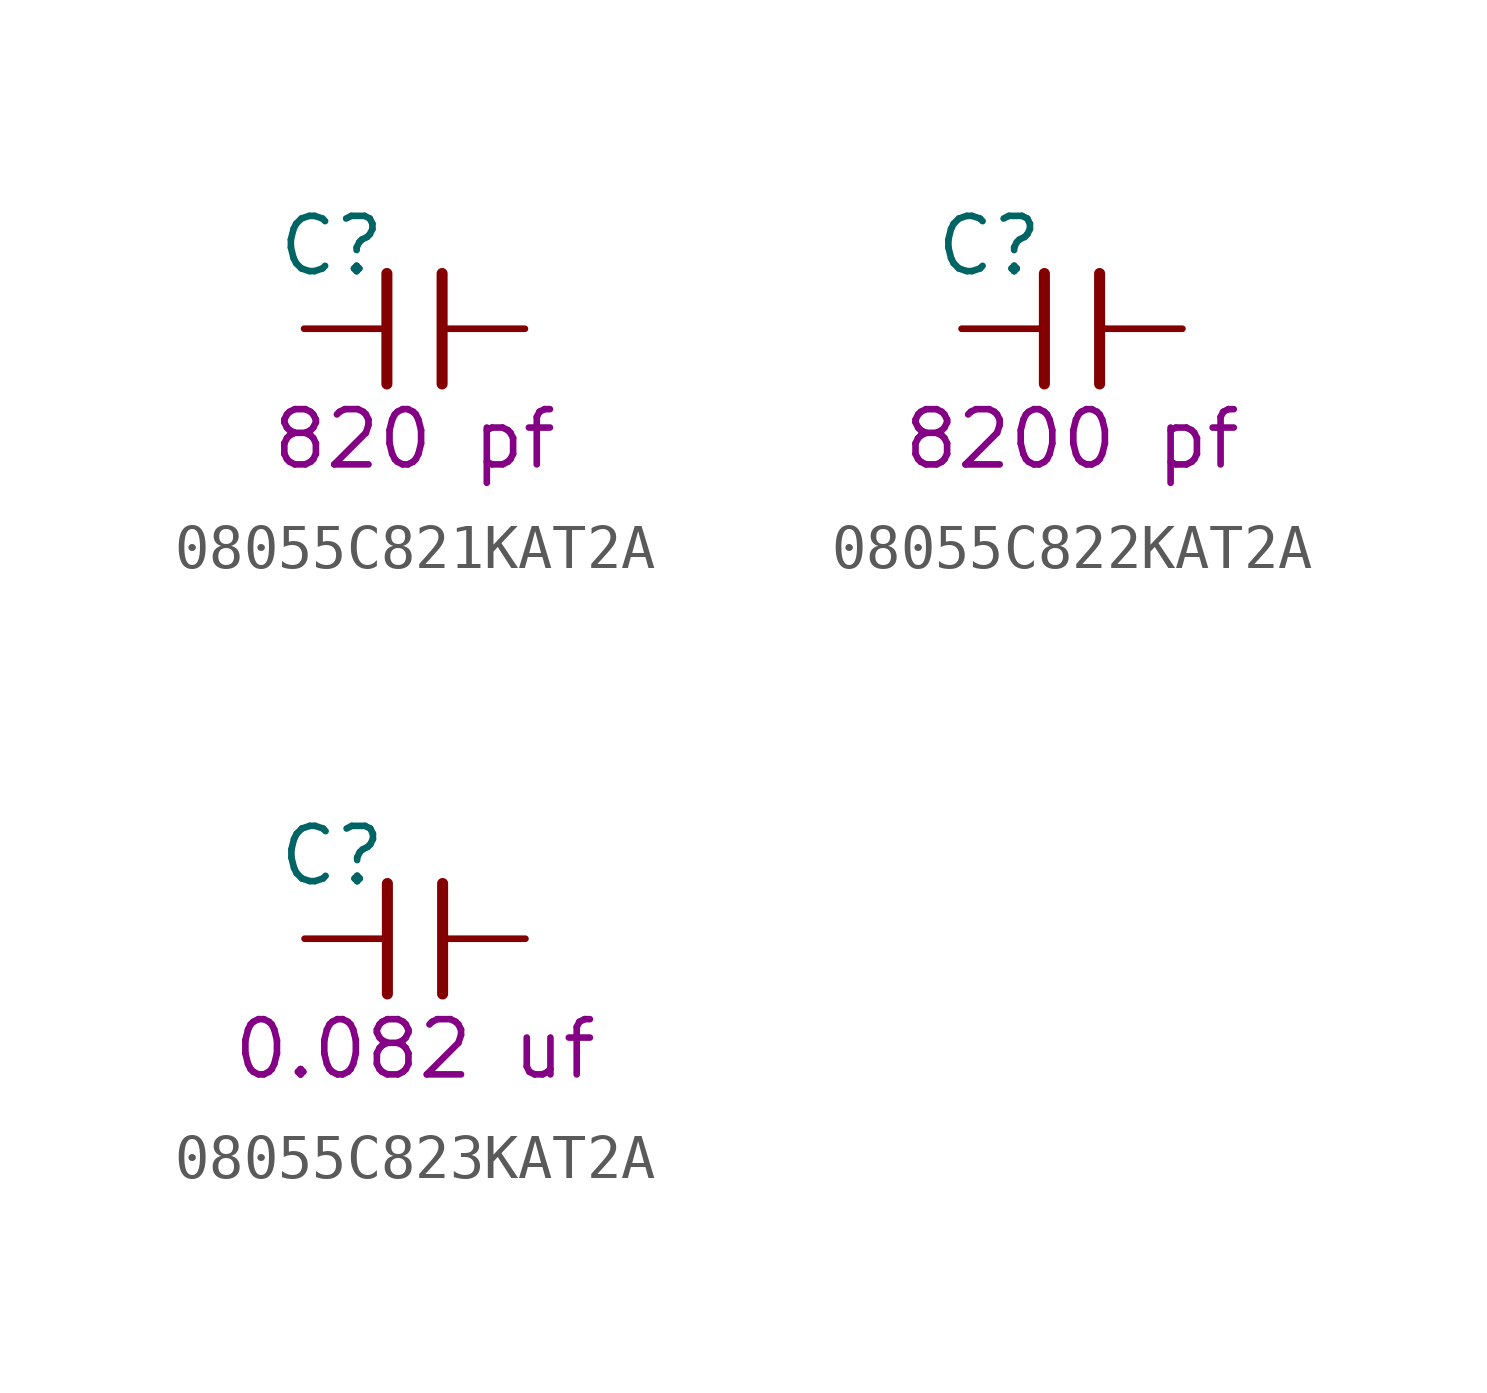
<source format=kicad_sym>
(kicad_symbol_lib
  (version 20211014)
  (generator KiCadLib_py)
  (symbol "08055C821KAT2A"
    (pin_numbers hide)
    (pin_names hide)
    (property "Reference" "C"
      (at -1.905 1.905 0)
      (effects (font (size 1.27 1.27))))
    (property "Val" "820 pf"
      (at 0 -2.54 0)
      (effects (font (size 1.27 1.27))))
    (symbol "08055C821KAT2A_0_1"
      (polyline (pts (xy -0.635 -1.27) (xy -0.635 1.27)) (stroke (width 0.254) (type default) (color 0 0 0 0)) (fill (type none)))
      (polyline (pts (xy 0.635 1.27) (xy 0.635 -1.27)) (stroke (width 0.254) (type default) (color 0 0 0 0)) (fill (type none))))
    (symbol "08055C821KAT2A_1_1"
      (pin passive line (at -2.54 0 0) (length 1.905) (name "~" (effects (font (size 1.27 1.27)))) (number "1" (effects (font (size 1.27 1.27)))))
      (pin passive line (at 2.54 0 180) (length 1.905) (name "~" (effects (font (size 1.27 1.27)))) (number "2" (effects (font (size 1.27 1.27)))))))
  (symbol "08055C822KAT2A"
    (pin_numbers hide)
    (pin_names hide)
    (property "Reference" "C"
      (at -1.905 1.905 0)
      (effects (font (size 1.27 1.27))))
    (property "Val" "8200 pf"
      (at 0 -2.54 0)
      (effects (font (size 1.27 1.27))))
    (symbol "08055C822KAT2A_0_1"
      (polyline (pts (xy -0.635 -1.27) (xy -0.635 1.27)) (stroke (width 0.254) (type default) (color 0 0 0 0)) (fill (type none)))
      (polyline (pts (xy 0.635 1.27) (xy 0.635 -1.27)) (stroke (width 0.254) (type default) (color 0 0 0 0)) (fill (type none))))
    (symbol "08055C822KAT2A_1_1"
      (pin passive line (at -2.54 0 0) (length 1.905) (name "~" (effects (font (size 1.27 1.27)))) (number "1" (effects (font (size 1.27 1.27)))))
      (pin passive line (at 2.54 0 180) (length 1.905) (name "~" (effects (font (size 1.27 1.27)))) (number "2" (effects (font (size 1.27 1.27)))))))
  (symbol "08055C823KAT2A"
    (pin_numbers hide)
    (pin_names hide)
    (property "Reference" "C"
      (at -1.905 1.905 0)
      (effects (font (size 1.27 1.27))))
    (property "Val" "0.082 uf"
      (at 0 -2.54 0)
      (effects (font (size 1.27 1.27))))
    (symbol "08055C823KAT2A_0_1"
      (polyline (pts (xy -0.635 -1.27) (xy -0.635 1.27)) (stroke (width 0.254) (type default) (color 0 0 0 0)) (fill (type none)))
      (polyline (pts (xy 0.635 1.27) (xy 0.635 -1.27)) (stroke (width 0.254) (type default) (color 0 0 0 0)) (fill (type none))))
    (symbol "08055C823KAT2A_1_1"
      (pin passive line (at -2.54 0 0) (length 1.905) (name "~" (effects (font (size 1.27 1.27)))) (number "1" (effects (font (size 1.27 1.27)))))
      (pin passive line (at 2.54 0 180) (length 1.905) (name "~" (effects (font (size 1.27 1.27)))) (number "2" (effects (font (size 1.27 1.27))))))))
</source>
